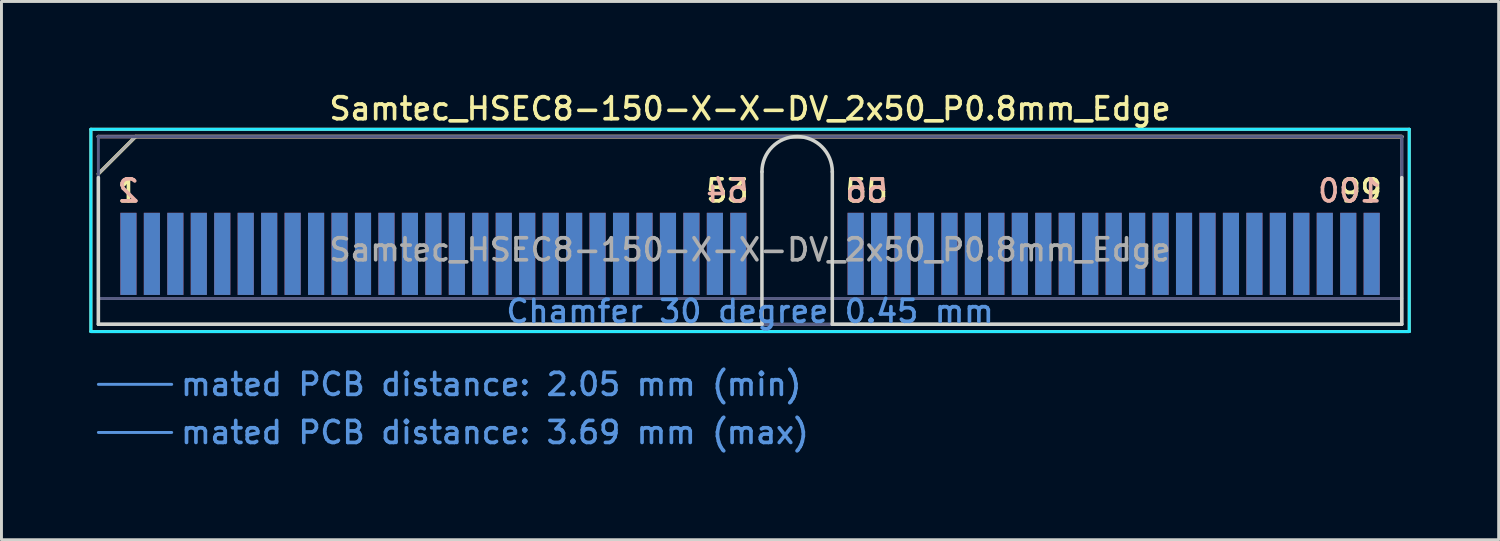
<source format=kicad_pcb>
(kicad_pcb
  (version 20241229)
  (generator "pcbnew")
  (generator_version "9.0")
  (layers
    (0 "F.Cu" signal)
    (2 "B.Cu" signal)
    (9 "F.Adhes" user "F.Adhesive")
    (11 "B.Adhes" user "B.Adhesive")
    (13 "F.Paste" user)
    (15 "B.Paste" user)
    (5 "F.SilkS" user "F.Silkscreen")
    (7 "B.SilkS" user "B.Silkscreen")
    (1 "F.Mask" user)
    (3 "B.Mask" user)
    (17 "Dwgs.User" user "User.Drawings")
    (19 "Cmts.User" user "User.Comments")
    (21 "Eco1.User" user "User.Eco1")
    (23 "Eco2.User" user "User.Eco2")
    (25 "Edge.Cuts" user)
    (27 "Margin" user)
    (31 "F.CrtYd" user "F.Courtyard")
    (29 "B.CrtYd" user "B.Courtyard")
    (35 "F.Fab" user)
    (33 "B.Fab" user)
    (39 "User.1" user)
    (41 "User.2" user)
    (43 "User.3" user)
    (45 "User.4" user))
  (footprint "Samtec_HSEC8-150-X-X-DV_2x50_P0.8mm_Edge"
    (layer "F.Cu")
    (at 22.53 8.008)
    (property "Reference" "Samtec_HSEC8-150-X-X-DV_2x50_P0.8mm_Edge" (at 0 -7.35 0) (layer "F.SilkS") (effects (font (size 0.75 0.75) (thickness 0.125))))
    (attr exclude_from_pos_files exclude_from_bom)
    (fp_line (start -22.48 -6.65) (end -22.48 0.25) (stroke (width 0.1) (type solid)) (layer "F.SilkS"))
    (fp_line (start -22.48 0.25) (end 22.48 0.25) (stroke (width 0.1) (type solid)) (layer "F.SilkS"))
    (fp_line (start -22.225 -5.13) (end -20.955 -6.4) (stroke (width 0.12) (type solid)) (layer "F.SilkS"))
    (fp_line (start -20.955 -6.4) (end 22.225 -6.4) (stroke (width 0.12) (type solid)) (layer "F.SilkS"))
    (fp_line (start 22.48 -6.65) (end -22.48 -6.65) (stroke (width 0.1) (type solid)) (layer "F.SilkS"))
    (fp_line (start 22.48 0.25) (end 22.48 -6.65) (stroke (width 0.1) (type solid)) (layer "F.SilkS"))
    (fp_line (start -22.225 -6.4) (end -22.225 -6.4) (stroke (width 0.12) (type solid)) (layer "B.SilkS"))
    (fp_line (start -22.225 -6.4) (end 22.225 -6.4) (stroke (width 0.12) (type solid)) (layer "B.SilkS"))
    (fp_line (start -22.225 2.05) (end -19.725 2.05) (stroke (width 0.1) (type solid)) (layer "Cmts.User"))
    (fp_line (start -22.225 3.69) (end -19.725 3.69) (stroke (width 0.1) (type solid)) (layer "Cmts.User"))
    (fp_line (start -22.225 -5) (end -22.225 0) (stroke (width 0.12) (type solid)) (layer "Edge.Cuts"))
    (fp_line (start -22.225 0) (end 0.405 0) (stroke (width 0.12) (type solid)) (layer "Edge.Cuts"))
    (fp_line (start 0.405 0) (end 0.405 -5.2) (stroke (width 0.12) (type solid)) (layer "Edge.Cuts"))
    (fp_line (start 2.805 -5.2) (end 2.805 0) (stroke (width 0.12) (type solid)) (layer "Edge.Cuts"))
    (fp_line (start 2.805 0) (end 22.225 0) (stroke (width 0.12) (type solid)) (layer "Edge.Cuts"))
    (fp_line (start 22.225 0) (end 22.225 -5) (stroke (width 0.12) (type solid)) (layer "Edge.Cuts"))
    (fp_arc (start 0.405 -5.2) (mid 1.605 -6.4) (end 2.805 -5.2) (stroke (width 0.12) (type solid)) (layer "Edge.Cuts"))
    (fp_line (start -22.48 -6.65) (end -22.48 0.25) (stroke (width 0.1) (type solid)) (layer "B.CrtYd"))
    (fp_line (start -22.48 0.25) (end 22.48 0.25) (stroke (width 0.1) (type solid)) (layer "B.CrtYd"))
    (fp_line (start 22.48 -6.65) (end -22.48 -6.65) (stroke (width 0.1) (type solid)) (layer "B.CrtYd"))
    (fp_line (start 22.48 0.25) (end 22.48 -6.65) (stroke (width 0.1) (type solid)) (layer "B.CrtYd"))
    (fp_line (start -22.225 -6.4) (end -22.225 -6.4) (stroke (width 0.1) (type solid)) (layer "B.Fab"))
    (fp_line (start -22.225 -6.4) (end -22.225 0) (stroke (width 0.1) (type solid)) (layer "B.Fab"))
    (fp_line (start -22.225 -6.4) (end 22.225 -6.4) (stroke (width 0.1) (type solid)) (layer "B.Fab"))
    (fp_line (start -22.225 -0.88) (end 22.225 -0.88) (stroke (width 0.1) (type solid)) (layer "B.Fab"))
    (fp_line (start -22.225 0) (end 22.225 0) (stroke (width 0.1) (type solid)) (layer "B.Fab"))
    (fp_line (start 22.225 -6.4) (end 22.225 0) (stroke (width 0.1) (type solid)) (layer "B.Fab"))
    (fp_line (start -22.225 -5.13) (end -22.225 0) (stroke (width 0.1) (type solid)) (layer "F.Fab"))
    (fp_line (start -22.225 -5.13) (end -20.955 -6.4) (stroke (width 0.1) (type solid)) (layer "F.Fab"))
    (fp_line (start -22.225 -0.88) (end 22.225 -0.88) (stroke (width 0.1) (type solid)) (layer "F.Fab"))
    (fp_line (start -22.225 0) (end 22.225 0) (stroke (width 0.1) (type solid)) (layer "F.Fab"))
    (fp_line (start -20.955 -6.4) (end 22.225 -6.4) (stroke (width 0.1) (type solid)) (layer "F.Fab"))
    (fp_line (start 22.225 -6.4) (end 22.225 0) (stroke (width 0.1) (type solid)) (layer "F.Fab"))
    (fp_text user "99" (at 20.825 -4.55 0) (layer "F.SilkS") (effects (font (size 0.75 0.75) (thickness 0.125))))
    (fp_text user "53" (at -0.775 -4.55 0) (layer "F.SilkS") (effects (font (size 0.75 0.75) (thickness 0.125))))
    (fp_text user "55" (at 3.975 -4.55 0) (layer "F.SilkS") (effects (font (size 0.75 0.75) (thickness 0.125))))
    (fp_text user "1" (at -21.2 -4.55 0) (layer "F.SilkS") (effects (font (size 0.75 0.75) (thickness 0.125))))
    (fp_text user "100" (at 20.45 -4.55 0) (layer "B.SilkS") (effects (font (size 0.75 0.75) (thickness 0.125)) (justify mirror)))
    (fp_text user "56" (at 3.975 -4.55 0) (layer "B.SilkS") (effects (font (size 0.75 0.75) (thickness 0.125)) (justify mirror)))
    (fp_text user "2" (at -21.2 -4.55 0) (layer "B.SilkS") (effects (font (size 0.75 0.75) (thickness 0.125)) (justify mirror)))
    (fp_text user "54" (at -0.775 -4.55 0) (layer "B.SilkS") (effects (font (size 0.75 0.75) (thickness 0.125)) (justify mirror)))
    (fp_text user "Chamfer 30 degree 0.45 mm" (at 0 -0.44 0) (layer "Cmts.User") (effects (font (size 0.75 0.75) (thickness 0.125))))
    (fp_text user "mated PCB distance: 3.69 mm (max)" (at -19.48 3.69 0) (layer "Cmts.User") (effects (font (size 0.75 0.75) (thickness 0.125)) (justify left)))
    (fp_text user "mated PCB distance: 2.05 mm (min)" (at -19.48 2.05 0) (layer "Cmts.User") (effects (font (size 0.75 0.75) (thickness 0.125)) (justify left)))
    (fp_text user "${REFERENCE}" (at 0 -2.54 0) (layer "F.Fab") (effects (font (size 0.75 0.75) (thickness 0.125))))
    (pad "1" connect rect (at -21.2 -2.4) (size 0.55 2.8) (layers "F.Cu" "F.Mask"))
    (pad "2" connect rect (at -21.2 -2.4) (size 0.55 2.8) (layers "B.Cu" "B.Mask"))
    (pad "3" connect rect (at -20.4 -2.4) (size 0.55 2.8) (layers "F.Cu" "F.Mask"))
    (pad "4" connect rect (at -20.4 -2.4) (size 0.55 2.8) (layers "B.Cu" "B.Mask"))
    (pad "5" connect rect (at -19.6 -2.4) (size 0.55 2.8) (layers "F.Cu" "F.Mask"))
    (pad "6" connect rect (at -19.6 -2.4) (size 0.55 2.8) (layers "B.Cu" "B.Mask"))
    (pad "7" connect rect (at -18.8 -2.4) (size 0.55 2.8) (layers "F.Cu" "F.Mask"))
    (pad "8" connect rect (at -18.8 -2.4) (size 0.55 2.8) (layers "B.Cu" "B.Mask"))
    (pad "9" connect rect (at -18 -2.4) (size 0.55 2.8) (layers "F.Cu" "F.Mask"))
    (pad "10" connect rect (at -18 -2.4) (size 0.55 2.8) (layers "B.Cu" "B.Mask"))
    (pad "11" connect rect (at -17.2 -2.4) (size 0.55 2.8) (layers "F.Cu" "F.Mask"))
    (pad "12" connect rect (at -17.2 -2.4) (size 0.55 2.8) (layers "B.Cu" "B.Mask"))
    (pad "13" connect rect (at -16.4 -2.4) (size 0.55 2.8) (layers "F.Cu" "F.Mask"))
    (pad "14" connect rect (at -16.4 -2.4) (size 0.55 2.8) (layers "B.Cu" "B.Mask"))
    (pad "15" connect rect (at -15.6 -2.4) (size 0.55 2.8) (layers "F.Cu" "F.Mask"))
    (pad "16" connect rect (at -15.6 -2.4) (size 0.55 2.8) (layers "B.Cu" "B.Mask"))
    (pad "17" connect rect (at -14.8 -2.4) (size 0.55 2.8) (layers "F.Cu" "F.Mask"))
    (pad "18" connect rect (at -14.8 -2.4) (size 0.55 2.8) (layers "B.Cu" "B.Mask"))
    (pad "19" connect rect (at -14 -2.4) (size 0.55 2.8) (layers "F.Cu" "F.Mask"))
    (pad "20" connect rect (at -14 -2.4) (size 0.55 2.8) (layers "B.Cu" "B.Mask"))
    (pad "21" connect rect (at -13.2 -2.4) (size 0.55 2.8) (layers "F.Cu" "F.Mask"))
    (pad "22" connect rect (at -13.2 -2.4) (size 0.55 2.8) (layers "B.Cu" "B.Mask"))
    (pad "23" connect rect (at -12.4 -2.4) (size 0.55 2.8) (layers "F.Cu" "F.Mask"))
    (pad "24" connect rect (at -12.4 -2.4) (size 0.55 2.8) (layers "B.Cu" "B.Mask"))
    (pad "25" connect rect (at -11.6 -2.4) (size 0.55 2.8) (layers "F.Cu" "F.Mask"))
    (pad "26" connect rect (at -11.6 -2.4) (size 0.55 2.8) (layers "B.Cu" "B.Mask"))
    (pad "27" connect rect (at -10.8 -2.4) (size 0.55 2.8) (layers "F.Cu" "F.Mask"))
    (pad "28" connect rect (at -10.8 -2.4) (size 0.55 2.8) (layers "B.Cu" "B.Mask"))
    (pad "29" connect rect (at -10 -2.4) (size 0.55 2.8) (layers "F.Cu" "F.Mask"))
    (pad "30" connect rect (at -10 -2.4) (size 0.55 2.8) (layers "B.Cu" "B.Mask"))
    (pad "31" connect rect (at -9.2 -2.4) (size 0.55 2.8) (layers "F.Cu" "F.Mask"))
    (pad "32" connect rect (at -9.2 -2.4) (size 0.55 2.8) (layers "B.Cu" "B.Mask"))
    (pad "33" connect rect (at -8.4 -2.4) (size 0.55 2.8) (layers "F.Cu" "F.Mask"))
    (pad "34" connect rect (at -8.4 -2.4) (size 0.55 2.8) (layers "B.Cu" "B.Mask"))
    (pad "35" connect rect (at -7.6 -2.4) (size 0.55 2.8) (layers "F.Cu" "F.Mask"))
    (pad "36" connect rect (at -7.6 -2.4) (size 0.55 2.8) (layers "B.Cu" "B.Mask"))
    (pad "37" connect rect (at -6.8 -2.4) (size 0.55 2.8) (layers "F.Cu" "F.Mask"))
    (pad "38" connect rect (at -6.8 -2.4) (size 0.55 2.8) (layers "B.Cu" "B.Mask"))
    (pad "39" connect rect (at -6 -2.4) (size 0.55 2.8) (layers "F.Cu" "F.Mask"))
    (pad "40" connect rect (at -6 -2.4) (size 0.55 2.8) (layers "B.Cu" "B.Mask"))
    (pad "41" connect rect (at -5.2 -2.4) (size 0.55 2.8) (layers "F.Cu" "F.Mask"))
    (pad "42" connect rect (at -5.2 -2.4) (size 0.55 2.8) (layers "B.Cu" "B.Mask"))
    (pad "43" connect rect (at -4.4 -2.4) (size 0.55 2.8) (layers "F.Cu" "F.Mask"))
    (pad "44" connect rect (at -4.4 -2.4) (size 0.55 2.8) (layers "B.Cu" "B.Mask"))
    (pad "45" connect rect (at -3.6 -2.4) (size 0.55 2.8) (layers "F.Cu" "F.Mask"))
    (pad "46" connect rect (at -3.6 -2.4) (size 0.55 2.8) (layers "B.Cu" "B.Mask"))
    (pad "47" connect rect (at -2.8 -2.4) (size 0.55 2.8) (layers "F.Cu" "F.Mask"))
    (pad "48" connect rect (at -2.8 -2.4) (size 0.55 2.8) (layers "B.Cu" "B.Mask"))
    (pad "49" connect rect (at -2 -2.4) (size 0.55 2.8) (layers "F.Cu" "F.Mask"))
    (pad "50" connect rect (at -2 -2.4) (size 0.55 2.8) (layers "B.Cu" "B.Mask"))
    (pad "51" connect rect (at -1.2 -2.4) (size 0.55 2.8) (layers "F.Cu" "F.Mask"))
    (pad "52" connect rect (at -1.2 -2.4) (size 0.55 2.8) (layers "B.Cu" "B.Mask"))
    (pad "53" connect rect (at -0.4 -2.4) (size 0.55 2.8) (layers "F.Cu" "F.Mask"))
    (pad "54" connect rect (at -0.4 -2.4) (size 0.55 2.8) (layers "B.Cu" "B.Mask"))
    (pad "55" connect rect (at 3.6 -2.4) (size 0.55 2.8) (layers "F.Cu" "F.Mask"))
    (pad "56" connect rect (at 3.6 -2.4) (size 0.55 2.8) (layers "B.Cu" "B.Mask"))
    (pad "57" connect rect (at 4.4 -2.4) (size 0.55 2.8) (layers "F.Cu" "F.Mask"))
    (pad "58" connect rect (at 4.4 -2.4) (size 0.55 2.8) (layers "B.Cu" "B.Mask"))
    (pad "59" connect rect (at 5.2 -2.4) (size 0.55 2.8) (layers "F.Cu" "F.Mask"))
    (pad "60" connect rect (at 5.2 -2.4) (size 0.55 2.8) (layers "B.Cu" "B.Mask"))
    (pad "61" connect rect (at 6 -2.4) (size 0.55 2.8) (layers "F.Cu" "F.Mask"))
    (pad "62" connect rect (at 6 -2.4) (size 0.55 2.8) (layers "B.Cu" "B.Mask"))
    (pad "63" connect rect (at 6.8 -2.4) (size 0.55 2.8) (layers "F.Cu" "F.Mask"))
    (pad "64" connect rect (at 6.8 -2.4) (size 0.55 2.8) (layers "B.Cu" "B.Mask"))
    (pad "65" connect rect (at 7.6 -2.4) (size 0.55 2.8) (layers "F.Cu" "F.Mask"))
    (pad "66" connect rect (at 7.6 -2.4) (size 0.55 2.8) (layers "B.Cu" "B.Mask"))
    (pad "67" connect rect (at 8.4 -2.4) (size 0.55 2.8) (layers "F.Cu" "F.Mask"))
    (pad "68" connect rect (at 8.4 -2.4) (size 0.55 2.8) (layers "B.Cu" "B.Mask"))
    (pad "69" connect rect (at 9.2 -2.4) (size 0.55 2.8) (layers "F.Cu" "F.Mask"))
    (pad "70" connect rect (at 9.2 -2.4) (size 0.55 2.8) (layers "B.Cu" "B.Mask"))
    (pad "71" connect rect (at 10 -2.4) (size 0.55 2.8) (layers "F.Cu" "F.Mask"))
    (pad "72" connect rect (at 10 -2.4) (size 0.55 2.8) (layers "B.Cu" "B.Mask"))
    (pad "73" connect rect (at 10.8 -2.4) (size 0.55 2.8) (layers "F.Cu" "F.Mask"))
    (pad "74" connect rect (at 10.8 -2.4) (size 0.55 2.8) (layers "B.Cu" "B.Mask"))
    (pad "75" connect rect (at 11.6 -2.4) (size 0.55 2.8) (layers "F.Cu" "F.Mask"))
    (pad "76" connect rect (at 11.6 -2.4) (size 0.55 2.8) (layers "B.Cu" "B.Mask"))
    (pad "77" connect rect (at 12.4 -2.4) (size 0.55 2.8) (layers "F.Cu" "F.Mask"))
    (pad "78" connect rect (at 12.4 -2.4) (size 0.55 2.8) (layers "B.Cu" "B.Mask"))
    (pad "79" connect rect (at 13.2 -2.4) (size 0.55 2.8) (layers "F.Cu" "F.Mask"))
    (pad "80" connect rect (at 13.2 -2.4) (size 0.55 2.8) (layers "B.Cu" "B.Mask"))
    (pad "81" connect rect (at 14 -2.4) (size 0.55 2.8) (layers "F.Cu" "F.Mask"))
    (pad "82" connect rect (at 14 -2.4) (size 0.55 2.8) (layers "B.Cu" "B.Mask"))
    (pad "83" connect rect (at 14.8 -2.4) (size 0.55 2.8) (layers "F.Cu" "F.Mask"))
    (pad "84" connect rect (at 14.8 -2.4) (size 0.55 2.8) (layers "B.Cu" "B.Mask"))
    (pad "85" connect rect (at 15.6 -2.4) (size 0.55 2.8) (layers "F.Cu" "F.Mask"))
    (pad "86" connect rect (at 15.6 -2.4) (size 0.55 2.8) (layers "B.Cu" "B.Mask"))
    (pad "87" connect rect (at 16.4 -2.4) (size 0.55 2.8) (layers "F.Cu" "F.Mask"))
    (pad "88" connect rect (at 16.4 -2.4) (size 0.55 2.8) (layers "B.Cu" "B.Mask"))
    (pad "89" connect rect (at 17.2 -2.4) (size 0.55 2.8) (layers "F.Cu" "F.Mask"))
    (pad "90" connect rect (at 17.2 -2.4) (size 0.55 2.8) (layers "B.Cu" "B.Mask"))
    (pad "91" connect rect (at 18 -2.4) (size 0.55 2.8) (layers "F.Cu" "F.Mask"))
    (pad "92" connect rect (at 18 -2.4) (size 0.55 2.8) (layers "B.Cu" "B.Mask"))
    (pad "93" connect rect (at 18.8 -2.4) (size 0.55 2.8) (layers "F.Cu" "F.Mask"))
    (pad "94" connect rect (at 18.8 -2.4) (size 0.55 2.8) (layers "B.Cu" "B.Mask"))
    (pad "95" connect rect (at 19.6 -2.4) (size 0.55 2.8) (layers "F.Cu" "F.Mask"))
    (pad "96" connect rect (at 19.6 -2.4) (size 0.55 2.8) (layers "B.Cu" "B.Mask"))
    (pad "97" connect rect (at 20.4 -2.4) (size 0.55 2.8) (layers "F.Cu" "F.Mask"))
    (pad "98" connect rect (at 20.4 -2.4) (size 0.55 2.8) (layers "B.Cu" "B.Mask"))
    (pad "99" connect rect (at 21.2 -2.4) (size 0.55 2.8) (layers "F.Cu" "F.Mask"))
    (pad "100" connect rect (at 21.2 -2.4) (size 0.55 2.8) (layers "B.Cu" "B.Mask")))
  (gr_rect
    (start -3 -3)
    (end 48.06 15.356)
    (stroke (width 0.1) (type default))
    (fill no)
    (layer "Edge.Cuts")))
</source>
